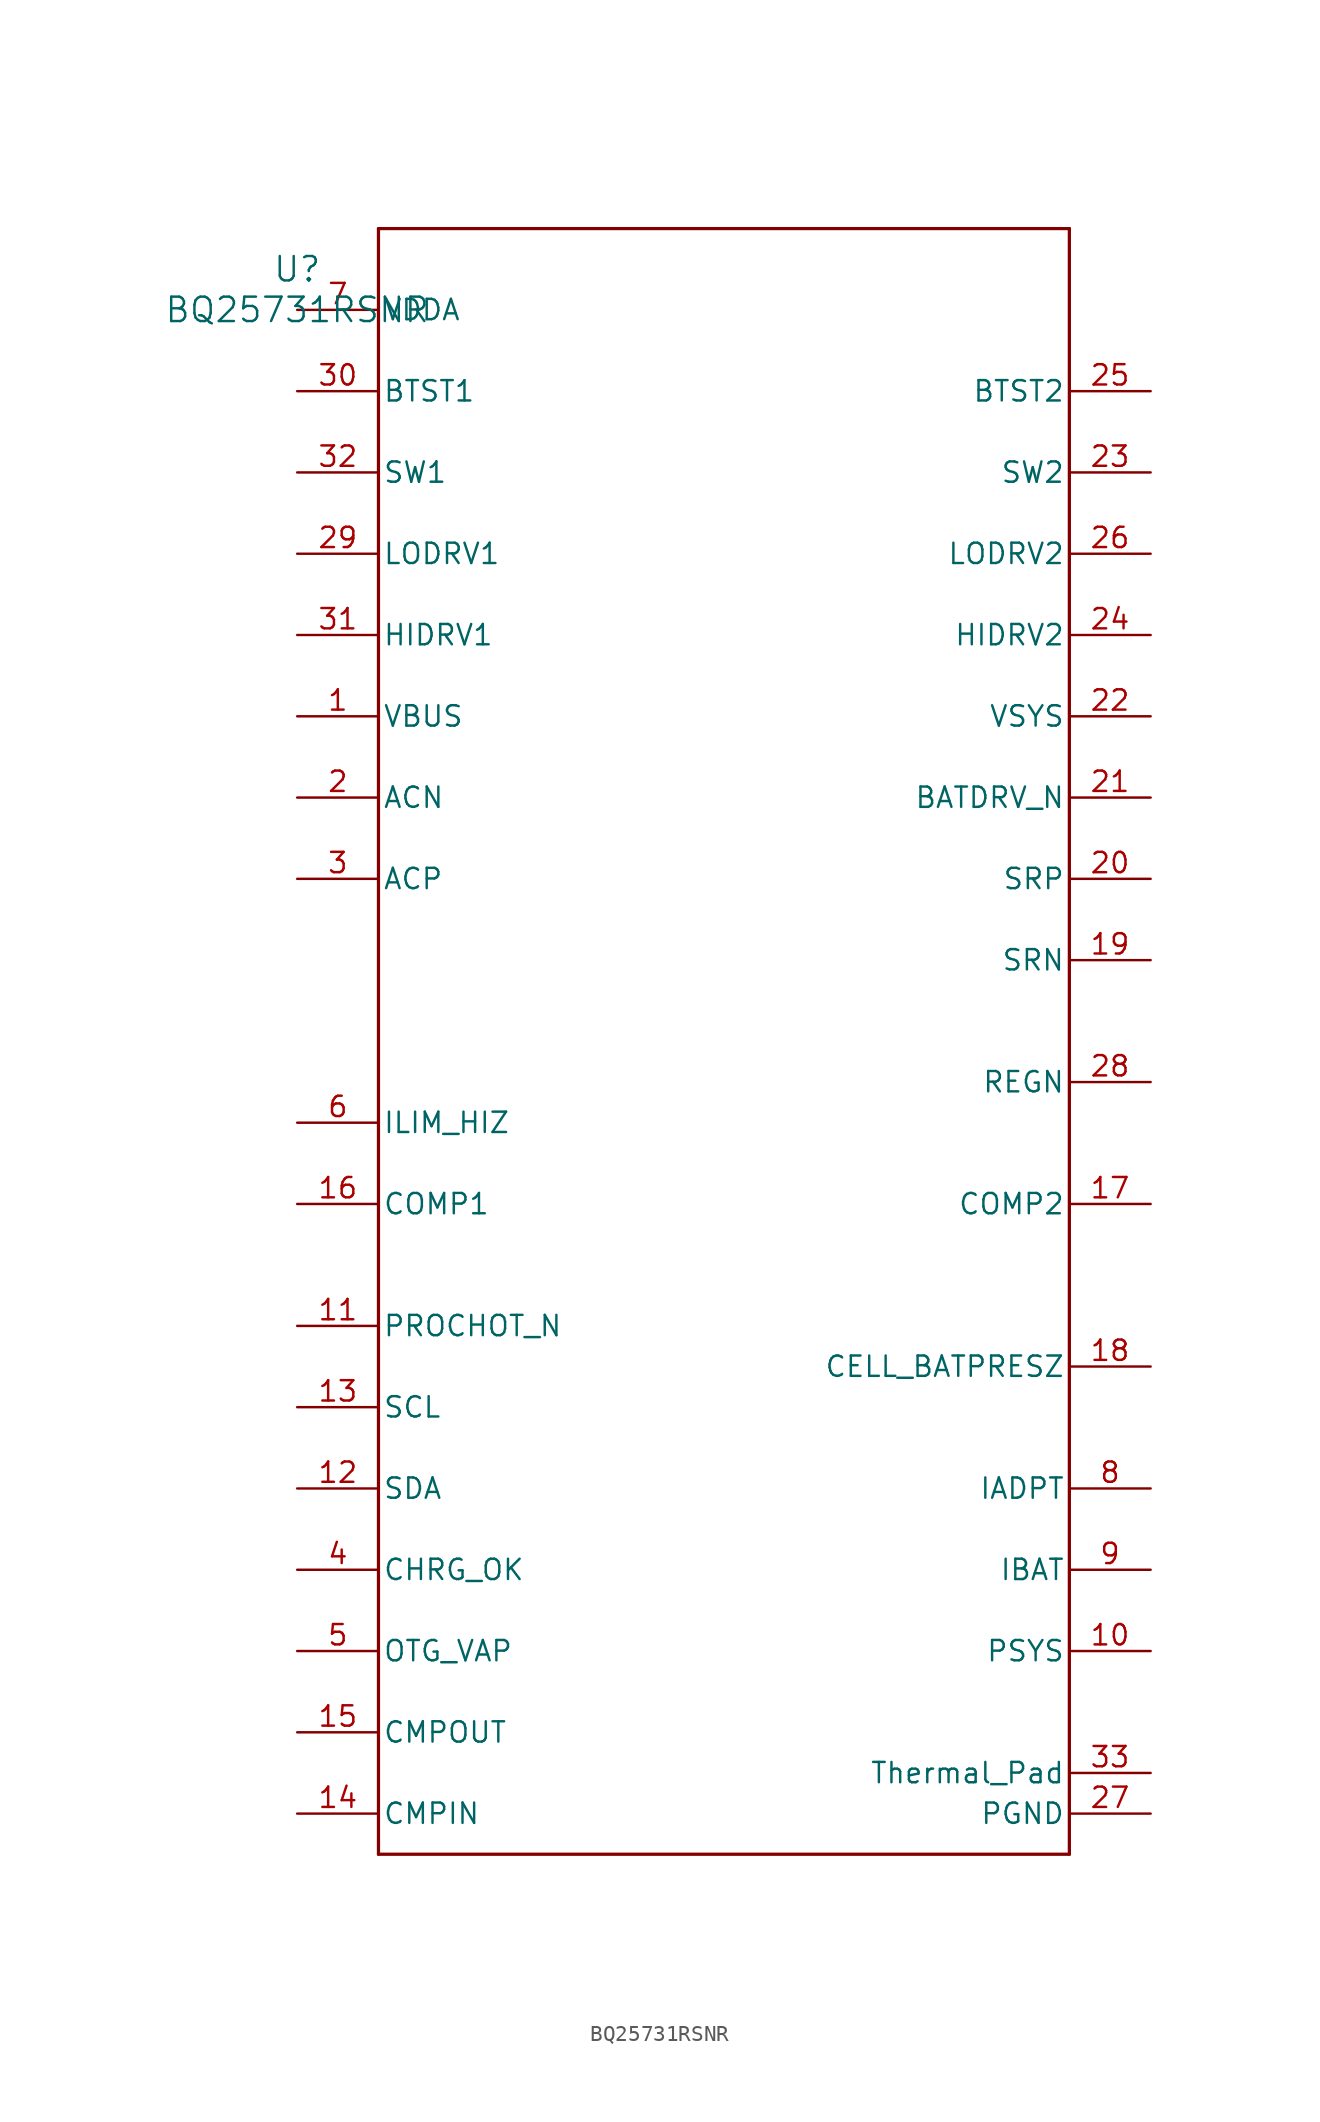
<source format=kicad_sym>
(kicad_symbol_lib
  (version 20211014)
  (generator kicad_symbol_editor)
  (symbol "BQ25731RSNR"
    (pin_names
      (offset 0.254))
    (property "Reference" "U"
      (at 0 2.54 0)
      (effects (font (size 1.524 1.524))))
    (property "Value" "BQ25731RSNR"
      (at 0 0 0)
      (effects (font (size 1.524 1.524))))
    (symbol "BQ25731RSNR_0_1"
      (polyline (pts (xy 5.08 -96.52) (xy 48.26 -96.52)) (stroke (width 0.203) (type default) (color 0 0 0 0)) (fill (type none)))
      (polyline (pts (xy 48.26 -96.52) (xy 48.26 5.08)) (stroke (width 0.203) (type default) (color 0 0 0 0)) (fill (type none)))
      (polyline (pts (xy 48.26 5.08) (xy 5.08 5.08)) (stroke (width 0.203) (type default) (color 0 0 0 0)) (fill (type none)))
      (polyline (pts (xy 5.08 5.08) (xy 5.08 -96.52)) (stroke (width 0.203) (type default) (color 0 0 0 0)) (fill (type none)))
      (pin power_in line (at 0 -25.4 0) (length 5.08) (name "VBUS" (effects (font (size 1.27 1.27)))) (number "1" (effects (font (size 1.27 1.27)))))
      (pin unspecified line (at 0 -30.48 0) (length 5.08) (name "ACN" (effects (font (size 1.27 1.27)))) (number "2" (effects (font (size 1.27 1.27)))))
      (pin unspecified line (at 0 -35.56 0) (length 5.08) (name "ACP" (effects (font (size 1.27 1.27)))) (number "3" (effects (font (size 1.27 1.27)))))
      (pin open_collector line (at 0 -78.74 0) (length 5.08) (name "CHRG_OK" (effects (font (size 1.27 1.27)))) (number "4" (effects (font (size 1.27 1.27)))))
      (pin unspecified line (at 0 -83.82 0) (length 5.08) (name "OTG_VAP" (effects (font (size 1.27 1.27)))) (number "5" (effects (font (size 1.27 1.27)))))
      (pin unspecified line (at 0 -50.8 0) (length 5.08) (name "ILIM_HIZ" (effects (font (size 1.27 1.27)))) (number "6" (effects (font (size 1.27 1.27)))))
      (pin unspecified line (at 0 0 0) (length 5.08) (name "VDDA" (effects (font (size 1.27 1.27)))) (number "7" (effects (font (size 1.27 1.27)))))
      (pin unspecified line (at 53.34 -73.66 180) (length 5.08) (name "IADPT" (effects (font (size 1.27 1.27)))) (number "8" (effects (font (size 1.27 1.27)))))
      (pin unspecified line (at 53.34 -78.74 180) (length 5.08) (name "IBAT" (effects (font (size 1.27 1.27)))) (number "9" (effects (font (size 1.27 1.27)))))
      (pin unspecified line (at 53.34 -83.82 180) (length 5.08) (name "PSYS" (effects (font (size 1.27 1.27)))) (number "10" (effects (font (size 1.27 1.27)))))
      (pin open_collector line (at 0 -63.5 0) (length 5.08) (name "PROCHOT_N" (effects (font (size 1.27 1.27)))) (number "11" (effects (font (size 1.27 1.27)))))
      (pin bidirectional line (at 0 -73.66 0) (length 5.08) (name "SDA" (effects (font (size 1.27 1.27)))) (number "12" (effects (font (size 1.27 1.27)))))
      (pin input line (at 0 -68.58 0) (length 5.08) (name "SCL" (effects (font (size 1.27 1.27)))) (number "13" (effects (font (size 1.27 1.27)))))
      (pin unspecified line (at 0 -93.98 0) (length 5.08) (name "CMPIN" (effects (font (size 1.27 1.27)))) (number "14" (effects (font (size 1.27 1.27)))))
      (pin open_collector line (at 0 -88.9 0) (length 5.08) (name "CMPOUT" (effects (font (size 1.27 1.27)))) (number "15" (effects (font (size 1.27 1.27)))))
      (pin unspecified line (at 0 -55.88 0) (length 5.08) (name "COMP1" (effects (font (size 1.27 1.27)))) (number "16" (effects (font (size 1.27 1.27)))))
      (pin unspecified line (at 53.34 -55.88 180) (length 5.08) (name "COMP2" (effects (font (size 1.27 1.27)))) (number "17" (effects (font (size 1.27 1.27)))))
      (pin unspecified line (at 53.34 -66.04 180) (length 5.08) (name "CELL_BATPRESZ" (effects (font (size 1.27 1.27)))) (number "18" (effects (font (size 1.27 1.27)))))
      (pin unspecified line (at 53.34 -40.64 180) (length 5.08) (name "SRN" (effects (font (size 1.27 1.27)))) (number "19" (effects (font (size 1.27 1.27)))))
      (pin unspecified line (at 53.34 -35.56 180) (length 5.08) (name "SRP" (effects (font (size 1.27 1.27)))) (number "20" (effects (font (size 1.27 1.27)))))
      (pin unspecified line (at 53.34 -30.48 180) (length 5.08) (name "BATDRV_N" (effects (font (size 1.27 1.27)))) (number "21" (effects (font (size 1.27 1.27)))))
      (pin unspecified line (at 53.34 -25.4 180) (length 5.08) (name "VSYS" (effects (font (size 1.27 1.27)))) (number "22" (effects (font (size 1.27 1.27)))))
      (pin unspecified line (at 53.34 -10.16 180) (length 5.08) (name "SW2" (effects (font (size 1.27 1.27)))) (number "23" (effects (font (size 1.27 1.27)))))
      (pin unspecified line (at 53.34 -20.32 180) (length 5.08) (name "HIDRV2" (effects (font (size 1.27 1.27)))) (number "24" (effects (font (size 1.27 1.27)))))
      (pin unspecified line (at 53.34 -5.08 180) (length 5.08) (name "BTST2" (effects (font (size 1.27 1.27)))) (number "25" (effects (font (size 1.27 1.27)))))
      (pin unspecified line (at 53.34 -15.24 180) (length 5.08) (name "LODRV2" (effects (font (size 1.27 1.27)))) (number "26" (effects (font (size 1.27 1.27)))))
      (pin power_in line (at 53.34 -93.98 180) (length 5.08) (name "PGND" (effects (font (size 1.27 1.27)))) (number "27" (effects (font (size 1.27 1.27)))))
      (pin unspecified line (at 53.34 -48.26 180) (length 5.08) (name "REGN" (effects (font (size 1.27 1.27)))) (number "28" (effects (font (size 1.27 1.27)))))
      (pin unspecified line (at 0 -15.24 0) (length 5.08) (name "LODRV1" (effects (font (size 1.27 1.27)))) (number "29" (effects (font (size 1.27 1.27)))))
      (pin unspecified line (at 0 -5.08 0) (length 5.08) (name "BTST1" (effects (font (size 1.27 1.27)))) (number "30" (effects (font (size 1.27 1.27)))))
      (pin unspecified line (at 0 -20.32 0) (length 5.08) (name "HIDRV1" (effects (font (size 1.27 1.27)))) (number "31" (effects (font (size 1.27 1.27)))))
      (pin unspecified line (at 0 -10.16 0) (length 5.08) (name "SW1" (effects (font (size 1.27 1.27)))) (number "32" (effects (font (size 1.27 1.27)))))
      (pin unspecified line (at 53.34 -91.44 180) (length 5.08) (name "Thermal_Pad" (effects (font (size 1.27 1.27)))) (number "33" (effects (font (size 1.27 1.27))))))))
</source>
